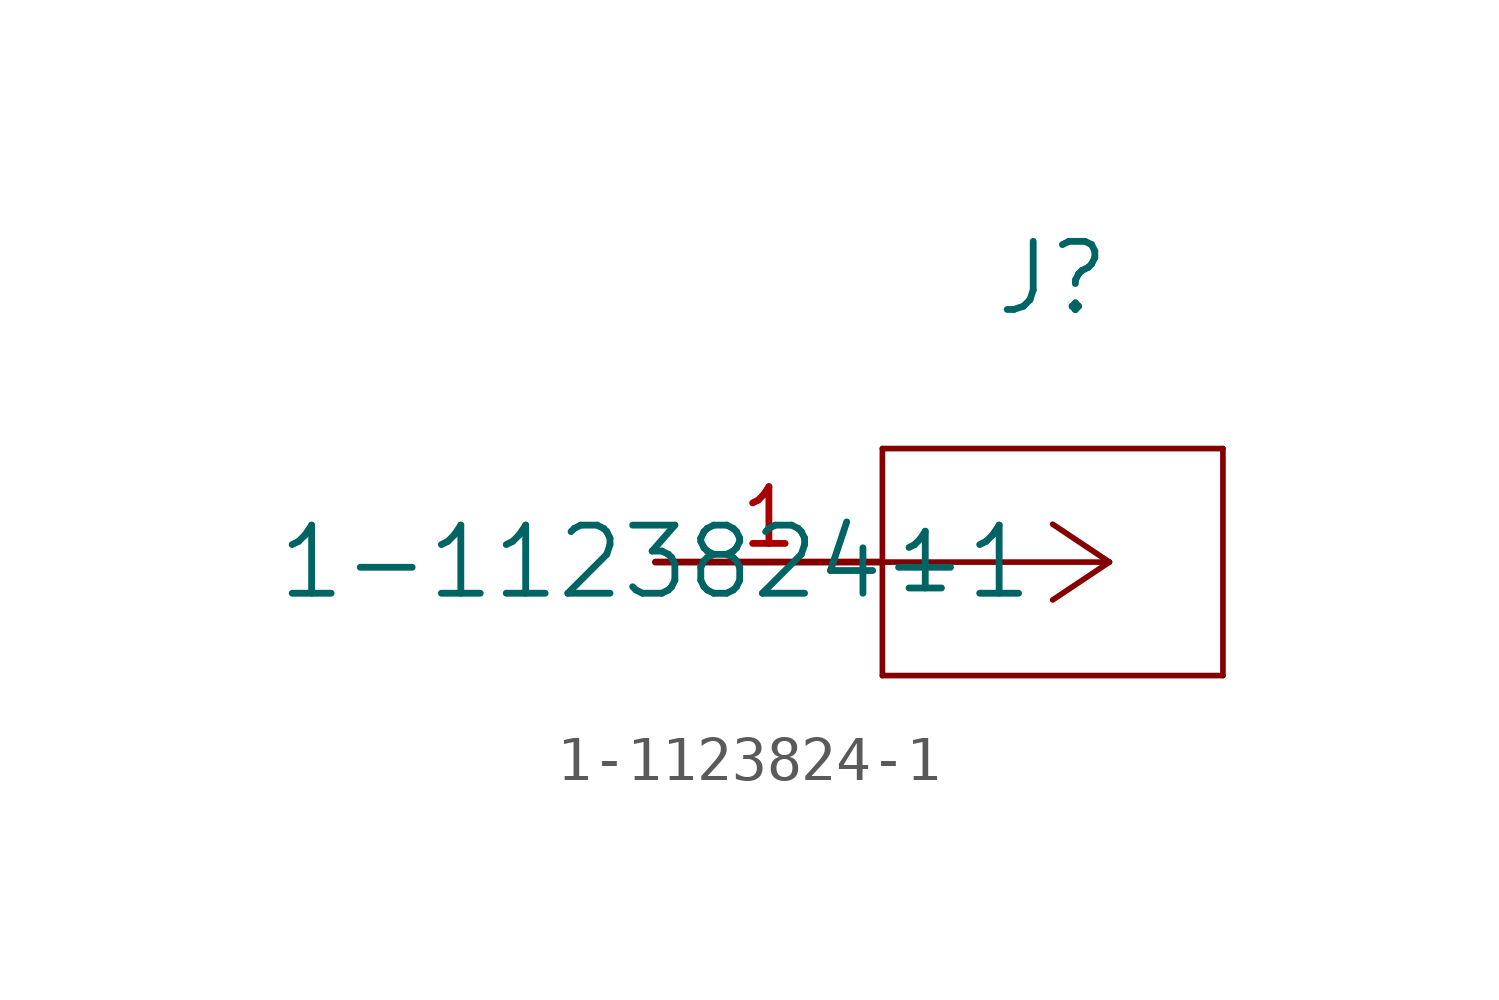
<source format=kicad_sym>
(kicad_symbol_lib
  (version 20211014)
  (generator kicad_symbol_editor)
  (symbol "1-1123824-1"
    (pin_names
      (offset 0.254))
    (property "Reference" "J"
      (at 8.89 6.35 0)
      (effects (font (size 1.524 1.524))))
    (property "Value" "1-1123824-1"
      (at 0 0 0)
      (effects (font (size 1.524 1.524))))
    (symbol "1-1123824-1_0_1"
      (polyline (pts (xy 10.16 0) (xy 5.08 0)) (stroke (width 0.127) (type default) (color 0 0 0 0)) (fill (type none)))
      (polyline (pts (xy 10.16 0) (xy 8.89 0.847)) (stroke (width 0.127) (type default) (color 0 0 0 0)) (fill (type none)))
      (polyline (pts (xy 10.16 0) (xy 8.89 -0.847)) (stroke (width 0.127) (type default) (color 0 0 0 0)) (fill (type none)))
      (polyline (pts (xy 5.08 2.54) (xy 5.08 -2.54)) (stroke (width 0.127) (type default) (color 0 0 0 0)) (fill (type none)))
      (polyline (pts (xy 5.08 -2.54) (xy 12.7 -2.54)) (stroke (width 0.127) (type default) (color 0 0 0 0)) (fill (type none)))
      (polyline (pts (xy 12.7 -2.54) (xy 12.7 2.54)) (stroke (width 0.127) (type default) (color 0 0 0 0)) (fill (type none)))
      (polyline (pts (xy 12.7 2.54) (xy 5.08 2.54)) (stroke (width 0.127) (type default) (color 0 0 0 0)) (fill (type none)))
      (pin unspecified line (at 0 0 0) (length 5.08) (name "1" (effects (font (size 1.27 1.27)))) (number "1" (effects (font (size 1.27 1.27))))))))
</source>
